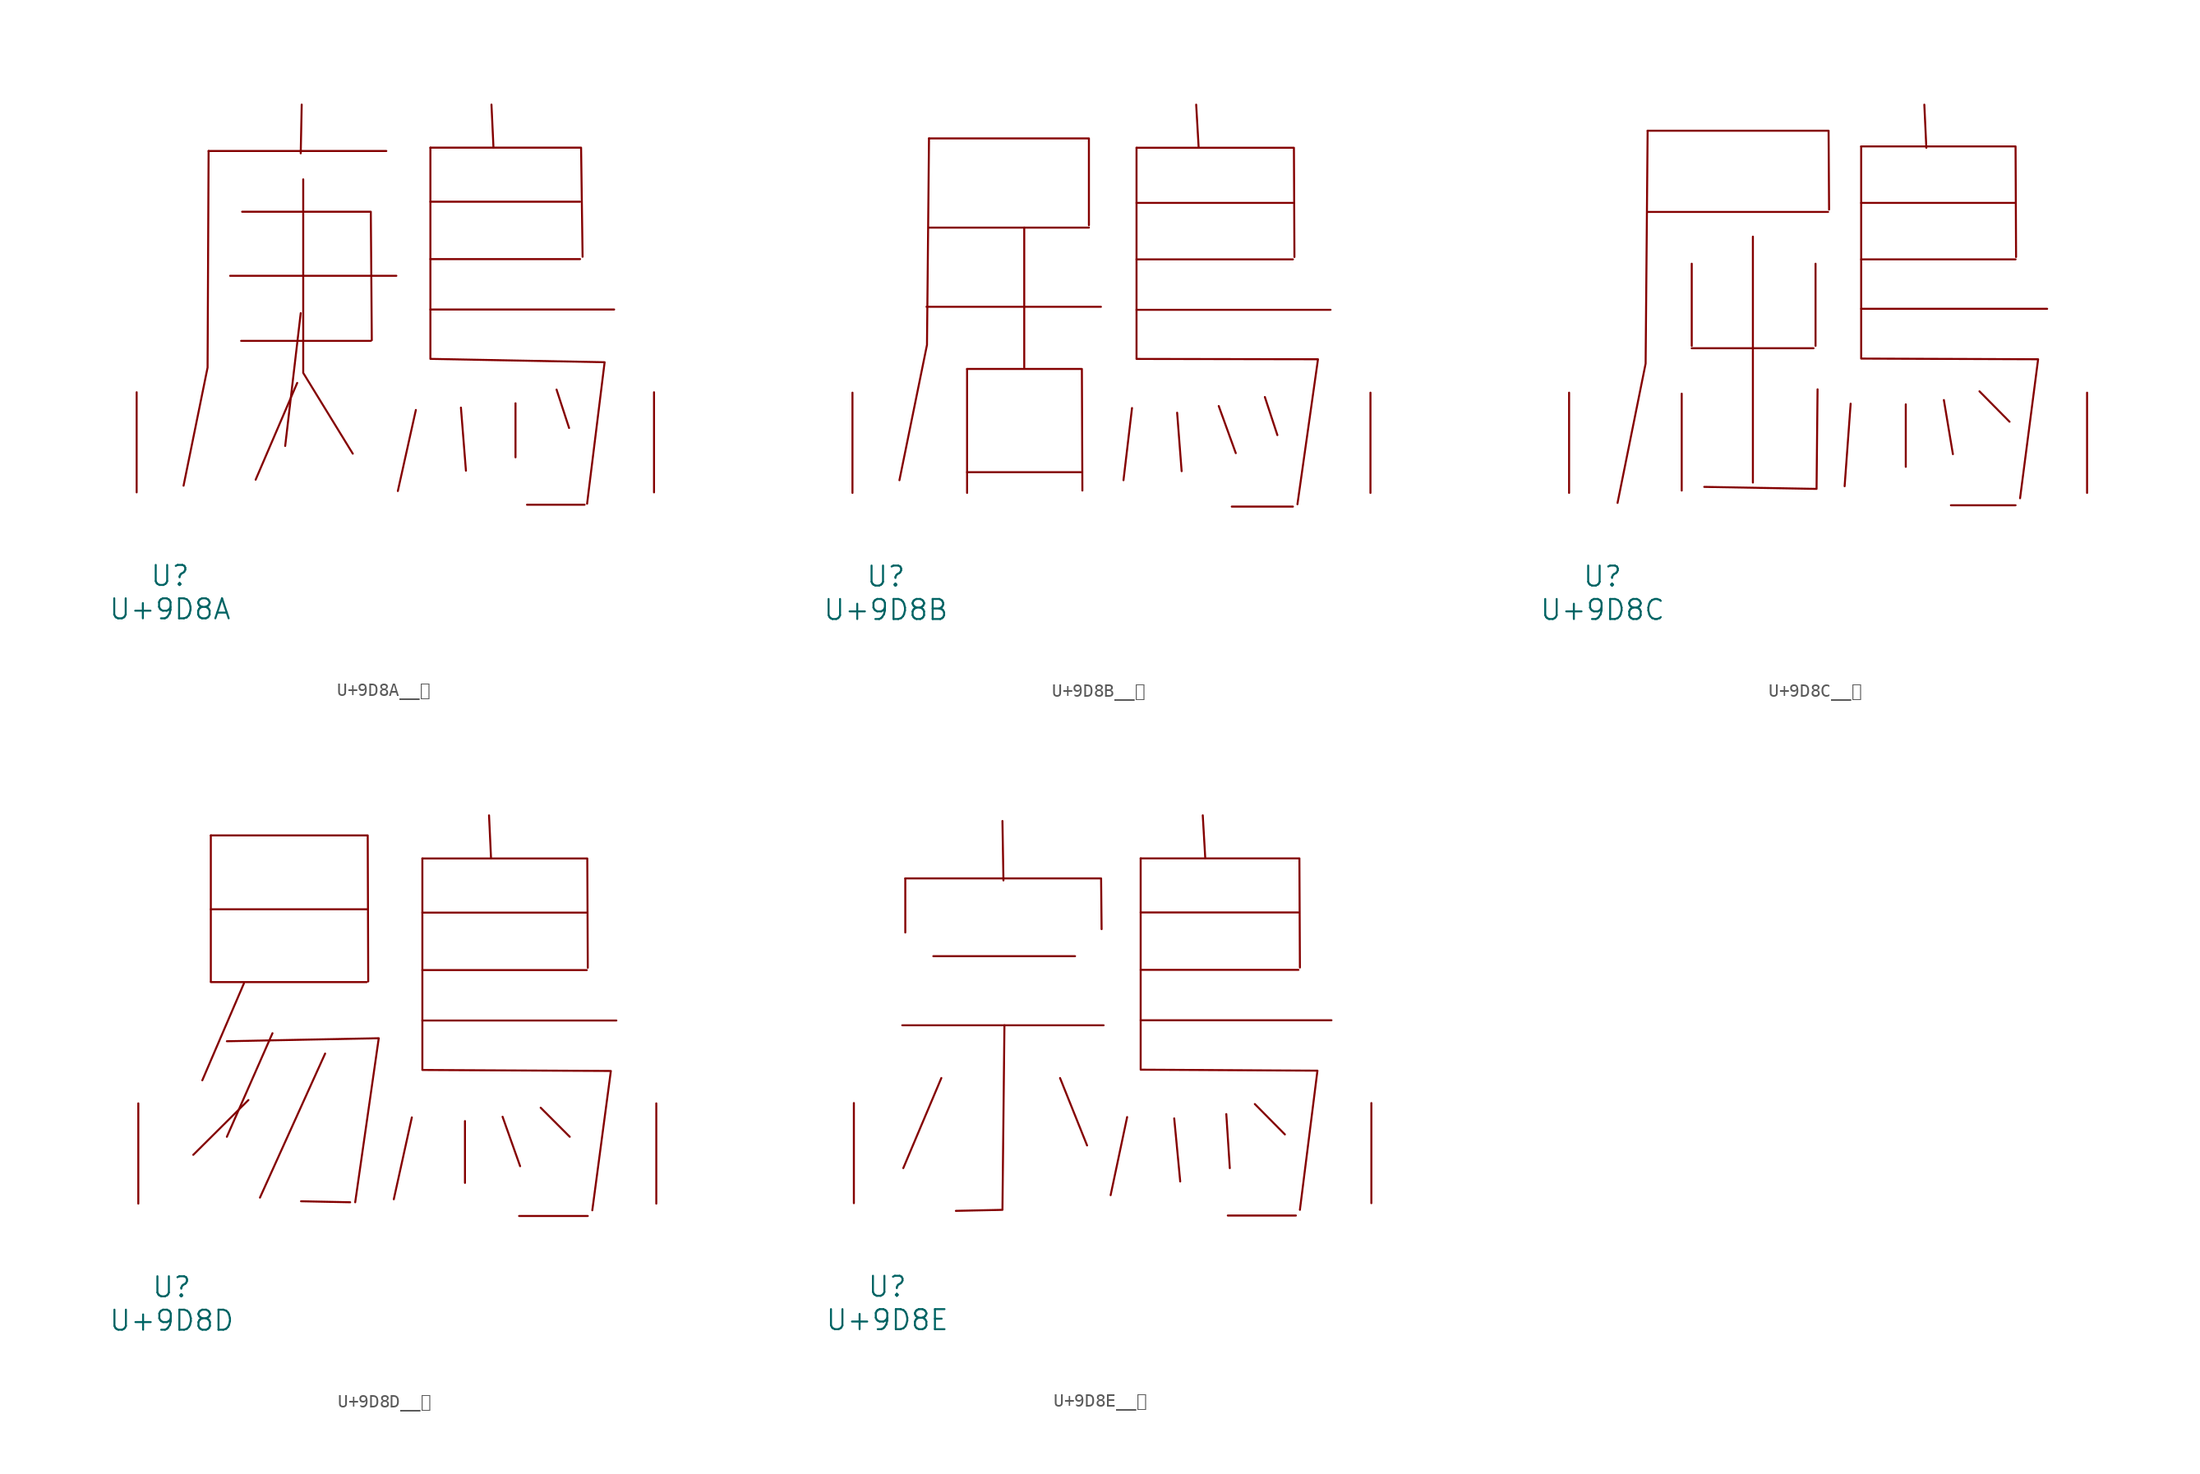
<source format=kicad_sym>
(kicad_symbol_lib
  (version 20231120)
  (generator "kicad_symbol_editor")
  (generator_version "8.0")
  (symbol "U+9D8A__鶊"
    (pin_names
      (offset 1.016))
    (property "Reference" "U"
      (at 0 -6.35 0)
      (effects (font (size 1.524 1.524))))
    (property "Value" "U+9D8A"
      (at 0 -8.89 0)
      (effects (font (size 1.524 1.524))))
    (symbol "U+9D8A__鶊_0_1"
      (polyline (pts (xy 2.934 25.984) (xy 16.459 25.984)) (stroke (width 0) (type solid)) (fill (type none)))
      (polyline (pts (xy 4.572 16.485) (xy 17.221 16.485)) (stroke (width 0) (type solid)) (fill (type none)))
      (polyline (pts (xy 5.41 11.532) (xy 15.278 11.532)) (stroke (width 0) (type solid)) (fill (type none)))
      (polyline (pts (xy 9.677 8.331) (xy 6.515 0.965)) (stroke (width 0) (type solid)) (fill (type none)))
      (polyline (pts (xy 9.944 13.64) (xy 8.763 3.531)) (stroke (width 0) (type solid)) (fill (type none)))
      (polyline (pts (xy 10.02 29.515) (xy 9.944 25.806)) (stroke (width 0) (type solid)) (fill (type none)))
      (polyline (pts (xy 18.707 6.274) (xy 17.335 0.102)) (stroke (width 0) (type solid)) (fill (type none)))
      (polyline (pts (xy 19.812 13.919) (xy 33.795 13.919)) (stroke (width 0) (type solid)) (fill (type none)))
      (polyline (pts (xy 19.812 17.755) (xy 31.204 17.755)) (stroke (width 0) (type solid)) (fill (type none)))
      (polyline (pts (xy 19.812 22.123) (xy 31.204 22.123)) (stroke (width 0) (type solid)) (fill (type none)))
      (polyline (pts (xy 22.136 6.452) (xy 22.517 1.651)) (stroke (width 0) (type solid)) (fill (type none)))
      (polyline (pts (xy 24.46 29.515) (xy 24.613 26.238)) (stroke (width 0) (type solid)) (fill (type none)))
      (polyline (pts (xy 26.289 6.782) (xy 26.289 2.667)) (stroke (width 0) (type solid)) (fill (type none)))
      (polyline (pts (xy 27.165 -0.94) (xy 31.547 -0.94)) (stroke (width 0) (type solid)) (fill (type none)))
      (polyline (pts (xy 29.413 7.823) (xy 30.366 4.902)) (stroke (width 0) (type solid)) (fill (type none)))
      (polyline (pts (xy 2.934 25.984) (xy 2.857 9.5) (xy 1.029 0.508)) (stroke (width 0) (type solid)) (fill (type none)))
      (polyline (pts (xy 5.486 21.361) (xy 15.278 21.361) (xy 15.354 11.582)) (stroke (width 0) (type solid)) (fill (type none)))
      (polyline (pts (xy 10.135 23.825) (xy 10.135 9.093) (xy 13.906 2.946)) (stroke (width 0) (type solid)) (fill (type none)))
      (polyline (pts (xy 19.812 26.238) (xy 31.28 26.238) (xy 31.394 17.932)) (stroke (width 0) (type solid)) (fill (type none)))
      (polyline (pts (xy 19.812 26.238) (xy 19.812 10.16) (xy 33.071 9.906) (xy 31.737 -0.864)) (stroke (width 0) (type solid)) (fill (type none)))
      (pin input line (at -2.54 0 90) (length 7.62) (name "~" (effects (font (size 1.27 1.27)))) (number "~" (effects (font (size 1.27 1.27)))))
      (pin input line (at 36.83 0 90) (length 7.62) (name "~" (effects (font (size 1.27 1.27)))) (number "~" (effects (font (size 1.27 1.27)))))))
  (symbol "U+9D8B__鶋"
    (pin_names
      (offset 1.016))
    (property "Reference" "U"
      (at 0 -6.35 0)
      (effects (font (size 1.524 1.524))))
    (property "Value" "U+9D8B"
      (at 0 -8.89 0)
      (effects (font (size 1.524 1.524))))
    (symbol "U+9D8B__鶋_0_1"
      (polyline (pts (xy 3.086 14.148) (xy 16.345 14.148)) (stroke (width 0) (type solid)) (fill (type none)))
      (polyline (pts (xy 3.277 20.168) (xy 15.431 20.168)) (stroke (width 0) (type solid)) (fill (type none)))
      (polyline (pts (xy 6.172 1.575) (xy 14.821 1.575)) (stroke (width 0) (type solid)) (fill (type none)))
      (polyline (pts (xy 6.172 9.423) (xy 6.172 0)) (stroke (width 0) (type solid)) (fill (type none)))
      (polyline (pts (xy 10.516 20.168) (xy 10.516 9.525)) (stroke (width 0) (type solid)) (fill (type none)))
      (polyline (pts (xy 18.707 6.452) (xy 18.059 0.965)) (stroke (width 0) (type solid)) (fill (type none)))
      (polyline (pts (xy 19.05 13.919) (xy 33.795 13.919)) (stroke (width 0) (type solid)) (fill (type none)))
      (polyline (pts (xy 19.05 17.755) (xy 30.937 17.755)) (stroke (width 0) (type solid)) (fill (type none)))
      (polyline (pts (xy 19.05 22.047) (xy 30.937 22.047)) (stroke (width 0) (type solid)) (fill (type none)))
      (polyline (pts (xy 22.136 6.096) (xy 22.479 1.651)) (stroke (width 0) (type solid)) (fill (type none)))
      (polyline (pts (xy 23.584 29.515) (xy 23.774 26.238)) (stroke (width 0) (type solid)) (fill (type none)))
      (polyline (pts (xy 25.298 6.604) (xy 26.594 3.023)) (stroke (width 0) (type solid)) (fill (type none)))
      (polyline (pts (xy 26.289 -1.041) (xy 30.937 -1.041)) (stroke (width 0) (type solid)) (fill (type none)))
      (polyline (pts (xy 28.804 7.29) (xy 29.756 4.394)) (stroke (width 0) (type solid)) (fill (type none)))
      (polyline (pts (xy 3.277 26.949) (xy 3.124 11.252) (xy 1.029 0.965)) (stroke (width 0) (type solid)) (fill (type none)))
      (polyline (pts (xy 3.277 26.949) (xy 15.431 26.949) (xy 15.431 20.345)) (stroke (width 0) (type solid)) (fill (type none)))
      (polyline (pts (xy 6.172 9.423) (xy 14.897 9.423) (xy 14.935 0.178)) (stroke (width 0) (type solid)) (fill (type none)))
      (polyline (pts (xy 19.05 26.238) (xy 31.013 26.238) (xy 31.052 17.932)) (stroke (width 0) (type solid)) (fill (type none)))
      (polyline (pts (xy 19.05 26.238) (xy 19.05 10.185) (xy 32.842 10.16) (xy 31.28 -0.864)) (stroke (width 0) (type solid)) (fill (type none)))
      (pin input line (at -2.54 0 90) (length 7.62) (name "~" (effects (font (size 1.27 1.27)))) (number "~" (effects (font (size 1.27 1.27)))))
      (pin input line (at 36.83 0 90) (length 7.62) (name "~" (effects (font (size 1.27 1.27)))) (number "~" (effects (font (size 1.27 1.27)))))))
  (symbol "U+9D8C__鶌"
    (pin_names
      (offset 1.016))
    (property "Reference" "U"
      (at 0 -6.35 0)
      (effects (font (size 1.524 1.524))))
    (property "Value" "U+9D8C"
      (at 0 -8.89 0)
      (effects (font (size 1.524 1.524))))
    (symbol "U+9D8C__鶌_0_1"
      (polyline (pts (xy 3.429 21.361) (xy 17.145 21.361)) (stroke (width 0) (type solid)) (fill (type none)))
      (polyline (pts (xy 6.02 7.544) (xy 6.02 0.178)) (stroke (width 0) (type solid)) (fill (type none)))
      (polyline (pts (xy 6.782 10.998) (xy 16.04 10.998)) (stroke (width 0) (type solid)) (fill (type none)))
      (polyline (pts (xy 6.782 17.424) (xy 6.782 11.176)) (stroke (width 0) (type solid)) (fill (type none)))
      (polyline (pts (xy 11.43 19.482) (xy 11.43 0.787)) (stroke (width 0) (type solid)) (fill (type none)))
      (polyline (pts (xy 16.192 17.424) (xy 16.192 11.176)) (stroke (width 0) (type solid)) (fill (type none)))
      (polyline (pts (xy 18.86 6.782) (xy 18.402 0.508)) (stroke (width 0) (type solid)) (fill (type none)))
      (polyline (pts (xy 19.66 13.995) (xy 33.795 13.995)) (stroke (width 0) (type solid)) (fill (type none)))
      (polyline (pts (xy 19.66 17.755) (xy 31.394 17.755)) (stroke (width 0) (type solid)) (fill (type none)))
      (polyline (pts (xy 19.66 22.047) (xy 31.394 22.047)) (stroke (width 0) (type solid)) (fill (type none)))
      (polyline (pts (xy 23.05 6.731) (xy 23.05 1.981)) (stroke (width 0) (type solid)) (fill (type none)))
      (polyline (pts (xy 24.46 29.515) (xy 24.613 26.238)) (stroke (width 0) (type solid)) (fill (type none)))
      (polyline (pts (xy 25.946 7.061) (xy 26.632 2.946)) (stroke (width 0) (type solid)) (fill (type none)))
      (polyline (pts (xy 26.48 -0.94) (xy 31.394 -0.94)) (stroke (width 0) (type solid)) (fill (type none)))
      (polyline (pts (xy 28.651 7.722) (xy 30.937 5.41)) (stroke (width 0) (type solid)) (fill (type none)))
      (polyline (pts (xy 3.429 27.534) (xy 3.277 9.83) (xy 1.143 -0.762)) (stroke (width 0) (type solid)) (fill (type none)))
      (polyline (pts (xy 3.429 27.534) (xy 17.183 27.534) (xy 17.221 21.539)) (stroke (width 0) (type solid)) (fill (type none)))
      (polyline (pts (xy 16.345 7.874) (xy 16.269 0.305) (xy 7.734 0.457)) (stroke (width 0) (type solid)) (fill (type none)))
      (polyline (pts (xy 19.66 26.34) (xy 31.394 26.34) (xy 31.433 17.932)) (stroke (width 0) (type solid)) (fill (type none)))
      (polyline (pts (xy 19.66 26.34) (xy 19.66 10.211) (xy 33.109 10.16) (xy 31.737 -0.406)) (stroke (width 0) (type solid)) (fill (type none)))
      (pin input line (at -2.54 0 90) (length 7.62) (name "~" (effects (font (size 1.27 1.27)))) (number "~" (effects (font (size 1.27 1.27)))))
      (pin input line (at 36.83 0 90) (length 7.62) (name "~" (effects (font (size 1.27 1.27)))) (number "~" (effects (font (size 1.27 1.27)))))))
  (symbol "U+9D8D__鶍"
    (pin_names
      (offset 1.016))
    (property "Reference" "U"
      (at 0 -6.35 0)
      (effects (font (size 1.524 1.524))))
    (property "Value" "U+9D8D"
      (at 0 -8.89 0)
      (effects (font (size 1.524 1.524))))
    (symbol "U+9D8D__鶍_0_1"
      (polyline (pts (xy 2.972 16.84) (xy 14.821 16.84)) (stroke (width 0) (type solid)) (fill (type none)))
      (polyline (pts (xy 2.972 22.377) (xy 14.821 22.377)) (stroke (width 0) (type solid)) (fill (type none)))
      (polyline (pts (xy 2.972 27.991) (xy 2.972 16.891)) (stroke (width 0) (type solid)) (fill (type none)))
      (polyline (pts (xy 5.486 16.739) (xy 2.324 9.373)) (stroke (width 0) (type solid)) (fill (type none)))
      (polyline (pts (xy 5.829 7.874) (xy 1.638 3.708)) (stroke (width 0) (type solid)) (fill (type none)))
      (polyline (pts (xy 7.658 12.954) (xy 4.191 5.08)) (stroke (width 0) (type solid)) (fill (type none)))
      (polyline (pts (xy 11.659 11.405) (xy 6.706 0.457)) (stroke (width 0) (type solid)) (fill (type none)))
      (polyline (pts (xy 13.564 0.102) (xy 9.83 0.178)) (stroke (width 0) (type solid)) (fill (type none)))
      (polyline (pts (xy 18.25 6.553) (xy 16.878 0.33)) (stroke (width 0) (type solid)) (fill (type none)))
      (polyline (pts (xy 19.05 13.919) (xy 33.795 13.919)) (stroke (width 0) (type solid)) (fill (type none)))
      (polyline (pts (xy 19.05 17.755) (xy 31.547 17.755)) (stroke (width 0) (type solid)) (fill (type none)))
      (polyline (pts (xy 19.05 22.123) (xy 31.547 22.123)) (stroke (width 0) (type solid)) (fill (type none)))
      (polyline (pts (xy 22.288 6.274) (xy 22.288 1.575)) (stroke (width 0) (type solid)) (fill (type none)))
      (polyline (pts (xy 24.117 29.515) (xy 24.27 26.238)) (stroke (width 0) (type solid)) (fill (type none)))
      (polyline (pts (xy 25.146 6.604) (xy 26.48 2.845)) (stroke (width 0) (type solid)) (fill (type none)))
      (polyline (pts (xy 26.403 -0.94) (xy 31.623 -0.94)) (stroke (width 0) (type solid)) (fill (type none)))
      (polyline (pts (xy 28.042 7.29) (xy 30.251 5.08)) (stroke (width 0) (type solid)) (fill (type none)))
      (polyline (pts (xy 2.972 27.991) (xy 14.897 27.991) (xy 14.935 16.891)) (stroke (width 0) (type solid)) (fill (type none)))
      (polyline (pts (xy 4.191 12.344) (xy 15.735 12.573) (xy 13.945 0.102)) (stroke (width 0) (type solid)) (fill (type none)))
      (polyline (pts (xy 19.05 26.238) (xy 31.585 26.238) (xy 31.623 17.932)) (stroke (width 0) (type solid)) (fill (type none)))
      (polyline (pts (xy 19.05 26.238) (xy 19.05 10.16) (xy 33.376 10.084) (xy 31.966 -0.508)) (stroke (width 0) (type solid)) (fill (type none)))
      (pin input line (at -2.54 0 90) (length 7.62) (name "~" (effects (font (size 1.27 1.27)))) (number "~" (effects (font (size 1.27 1.27)))))
      (pin input line (at 36.83 0 90) (length 7.62) (name "~" (effects (font (size 1.27 1.27)))) (number "~" (effects (font (size 1.27 1.27)))))))
  (symbol "U+9D8E__鶎"
    (pin_names
      (offset 1.016))
    (property "Reference" "U"
      (at 0 -6.35 0)
      (effects (font (size 1.524 1.524))))
    (property "Value" "U+9D8E"
      (at 0 -8.89 0)
      (effects (font (size 1.524 1.524))))
    (symbol "U+9D8E__鶎_0_1"
      (polyline (pts (xy 1.143 13.538) (xy 16.459 13.538)) (stroke (width 0) (type solid)) (fill (type none)))
      (polyline (pts (xy 1.372 24.714) (xy 1.372 20.599)) (stroke (width 0) (type solid)) (fill (type none)))
      (polyline (pts (xy 3.505 18.796) (xy 14.287 18.796)) (stroke (width 0) (type solid)) (fill (type none)))
      (polyline (pts (xy 4.115 9.525) (xy 1.219 2.667)) (stroke (width 0) (type solid)) (fill (type none)))
      (polyline (pts (xy 8.763 29.083) (xy 8.839 24.562)) (stroke (width 0) (type solid)) (fill (type none)))
      (polyline (pts (xy 13.145 9.525) (xy 15.202 4.394)) (stroke (width 0) (type solid)) (fill (type none)))
      (polyline (pts (xy 18.25 6.553) (xy 16.993 0.61)) (stroke (width 0) (type solid)) (fill (type none)))
      (polyline (pts (xy 19.279 13.919) (xy 33.795 13.919)) (stroke (width 0) (type solid)) (fill (type none)))
      (polyline (pts (xy 19.279 17.755) (xy 31.28 17.755)) (stroke (width 0) (type solid)) (fill (type none)))
      (polyline (pts (xy 19.279 22.123) (xy 31.28 22.123)) (stroke (width 0) (type solid)) (fill (type none)))
      (polyline (pts (xy 21.831 6.452) (xy 22.288 1.651)) (stroke (width 0) (type solid)) (fill (type none)))
      (polyline (pts (xy 24.003 29.515) (xy 24.194 26.238)) (stroke (width 0) (type solid)) (fill (type none)))
      (polyline (pts (xy 25.794 6.782) (xy 26.06 2.667)) (stroke (width 0) (type solid)) (fill (type none)))
      (polyline (pts (xy 25.908 -0.94) (xy 31.09 -0.94)) (stroke (width 0) (type solid)) (fill (type none)))
      (polyline (pts (xy 27.965 7.544) (xy 30.251 5.232)) (stroke (width 0) (type solid)) (fill (type none)))
      (polyline (pts (xy 1.372 24.714) (xy 16.269 24.714) (xy 16.307 20.853)) (stroke (width 0) (type solid)) (fill (type none)))
      (polyline (pts (xy 8.915 13.538) (xy 8.763 -0.508) (xy 5.22 -0.584)) (stroke (width 0) (type solid)) (fill (type none)))
      (polyline (pts (xy 19.279 26.238) (xy 31.356 26.238) (xy 31.394 17.932)) (stroke (width 0) (type solid)) (fill (type none)))
      (polyline (pts (xy 19.279 26.238) (xy 19.279 10.16) (xy 32.728 10.084) (xy 31.394 -0.508)) (stroke (width 0) (type solid)) (fill (type none)))
      (pin input line (at -2.54 0 90) (length 7.62) (name "~" (effects (font (size 1.27 1.27)))) (number "~" (effects (font (size 1.27 1.27)))))
      (pin input line (at 36.83 0 90) (length 7.62) (name "~" (effects (font (size 1.27 1.27)))) (number "~" (effects (font (size 1.27 1.27))))))))
</source>
